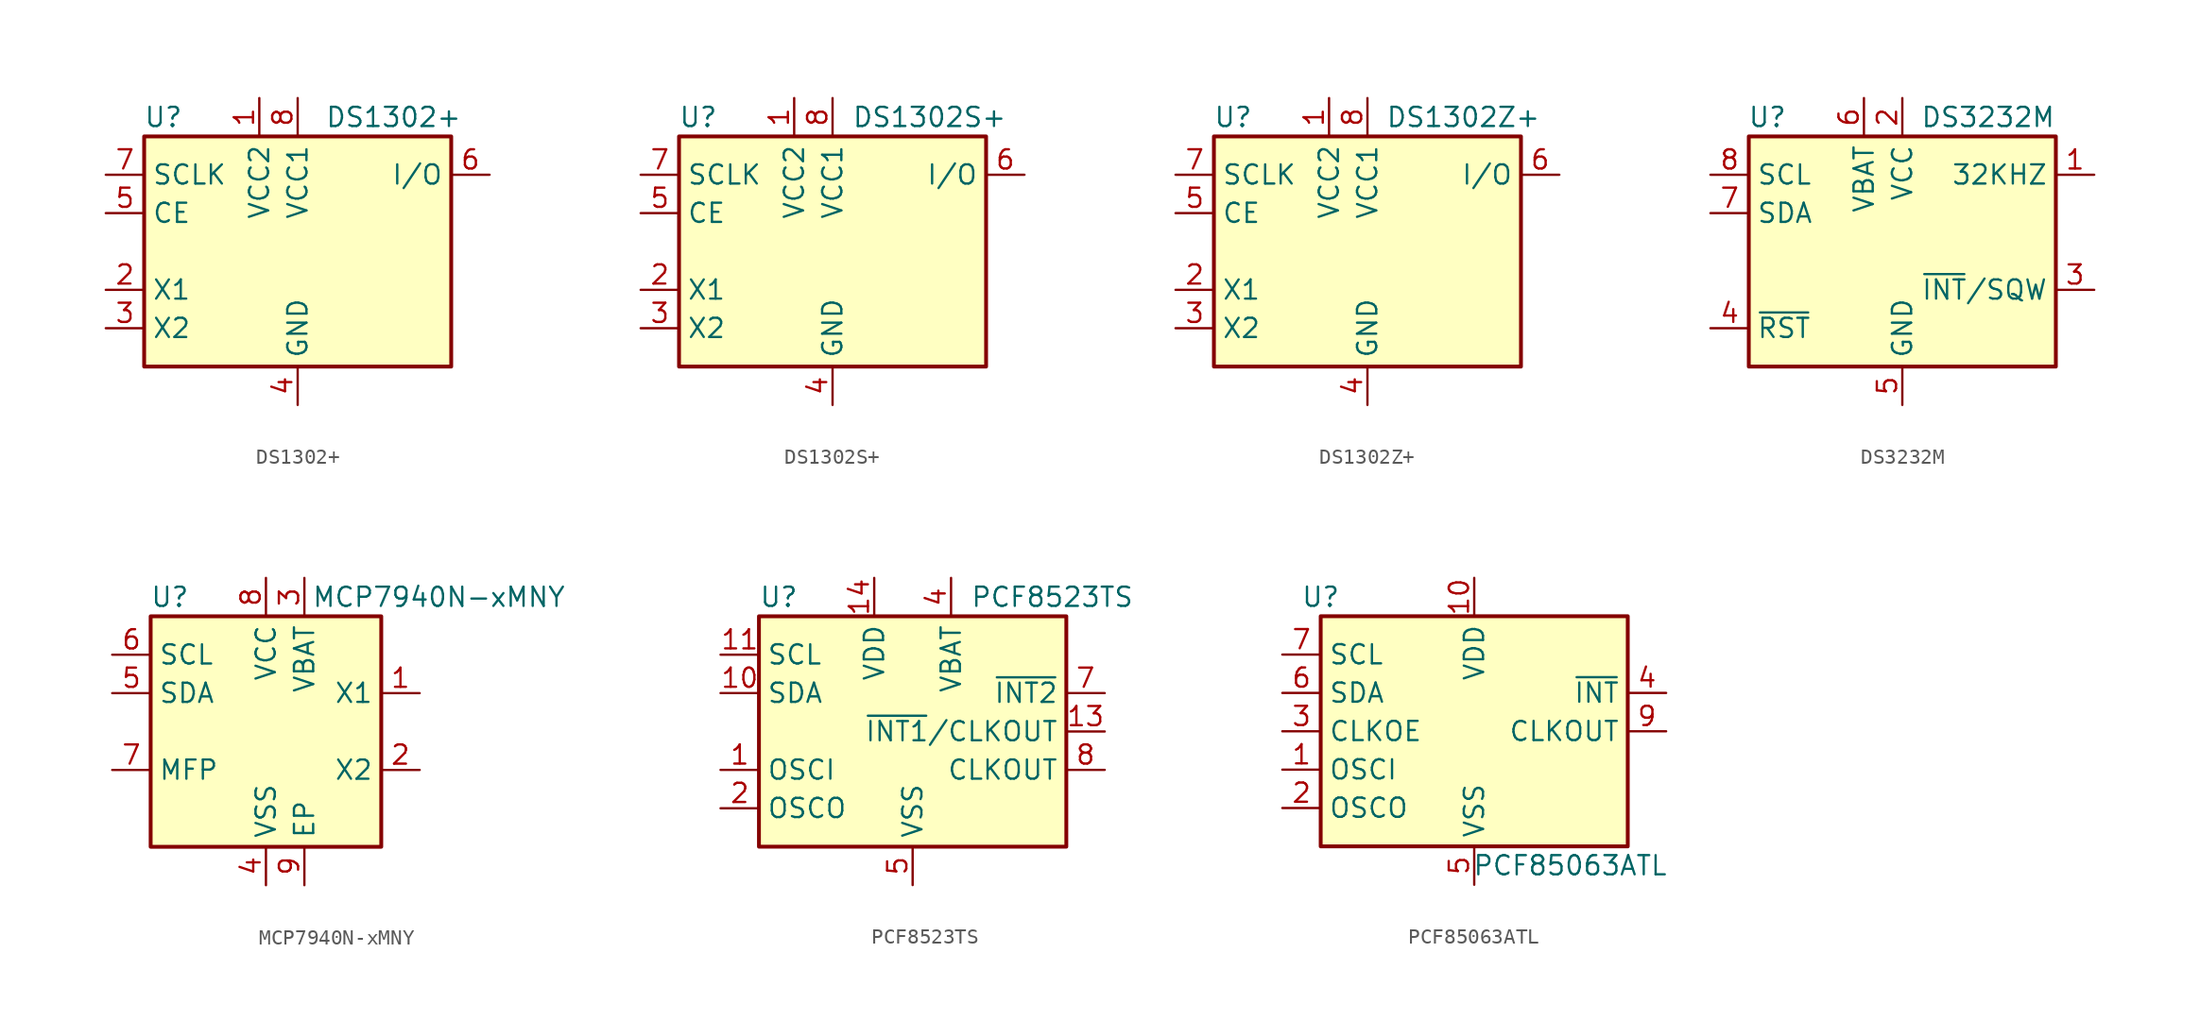
<source format=kicad_sym>
(kicad_symbol_lib
  (version 20220914)
  (generator kicad_symbol_editor)
  (symbol "DS1302+"
    (property "Reference" "U"
      (at -8.89 8.89 0)
      (effects (font (size 1.27 1.27))))
    (property "Value" "DS1302+"
      (at 6.35 8.89 0)
      (effects (font (size 1.27 1.27))))
    (symbol "DS1302+_1_1"
      (rectangle (start -10.16 7.62) (end 10.16 -7.62) (stroke (width 0.254) (type default)) (fill (type background)))
      (pin power_in line (at -2.54 10.16 270) (length 2.54) (name "VCC2" (effects (font (size 1.27 1.27)))) (number "1" (effects (font (size 1.27 1.27)))))
      (pin input line (at -12.7 -2.54 0) (length 2.54) (name "X1" (effects (font (size 1.27 1.27)))) (number "2" (effects (font (size 1.27 1.27)))))
      (pin input line (at -12.7 -5.08 0) (length 2.54) (name "X2" (effects (font (size 1.27 1.27)))) (number "3" (effects (font (size 1.27 1.27)))))
      (pin power_in line (at 0 -10.16 90) (length 2.54) (name "GND" (effects (font (size 1.27 1.27)))) (number "4" (effects (font (size 1.27 1.27)))))
      (pin input line (at -12.7 2.54 0) (length 2.54) (name "CE" (effects (font (size 1.27 1.27)))) (number "5" (effects (font (size 1.27 1.27)))))
      (pin bidirectional line (at 12.7 5.08 180) (length 2.54) (name "I/O" (effects (font (size 1.27 1.27)))) (number "6" (effects (font (size 1.27 1.27)))))
      (pin input line (at -12.7 5.08 0) (length 2.54) (name "SCLK" (effects (font (size 1.27 1.27)))) (number "7" (effects (font (size 1.27 1.27)))))
      (pin power_in line (at 0 10.16 270) (length 2.54) (name "VCC1" (effects (font (size 1.27 1.27)))) (number "8" (effects (font (size 1.27 1.27)))))))
  (symbol "DS1302S+"
    (property "Reference" "U"
      (at -8.89 8.89 0)
      (effects (font (size 1.27 1.27))))
    (property "Value" "DS1302S+"
      (at 1.27 8.89 0)
      (effects (font (size 1.27 1.27)) (justify left)))
    (symbol "DS1302S+_1_1"
      (rectangle (start -10.16 7.62) (end 10.16 -7.62) (stroke (width 0.254) (type default)) (fill (type background)))
      (pin power_in line (at -2.54 10.16 270) (length 2.54) (name "VCC2" (effects (font (size 1.27 1.27)))) (number "1" (effects (font (size 1.27 1.27)))))
      (pin input line (at -12.7 -2.54 0) (length 2.54) (name "X1" (effects (font (size 1.27 1.27)))) (number "2" (effects (font (size 1.27 1.27)))))
      (pin input line (at -12.7 -5.08 0) (length 2.54) (name "X2" (effects (font (size 1.27 1.27)))) (number "3" (effects (font (size 1.27 1.27)))))
      (pin power_in line (at 0 -10.16 90) (length 2.54) (name "GND" (effects (font (size 1.27 1.27)))) (number "4" (effects (font (size 1.27 1.27)))))
      (pin input line (at -12.7 2.54 0) (length 2.54) (name "CE" (effects (font (size 1.27 1.27)))) (number "5" (effects (font (size 1.27 1.27)))))
      (pin bidirectional line (at 12.7 5.08 180) (length 2.54) (name "I/O" (effects (font (size 1.27 1.27)))) (number "6" (effects (font (size 1.27 1.27)))))
      (pin input line (at -12.7 5.08 0) (length 2.54) (name "SCLK" (effects (font (size 1.27 1.27)))) (number "7" (effects (font (size 1.27 1.27)))))
      (pin power_in line (at 0 10.16 270) (length 2.54) (name "VCC1" (effects (font (size 1.27 1.27)))) (number "8" (effects (font (size 1.27 1.27)))))))
  (symbol "DS1302Z+"
    (property "Reference" "U"
      (at -8.89 8.89 0)
      (effects (font (size 1.27 1.27))))
    (property "Value" "DS1302Z+"
      (at 6.35 8.89 0)
      (effects (font (size 1.27 1.27))))
    (symbol "DS1302Z+_1_1"
      (rectangle (start -10.16 7.62) (end 10.16 -7.62) (stroke (width 0.254) (type default)) (fill (type background)))
      (pin power_in line (at -2.54 10.16 270) (length 2.54) (name "VCC2" (effects (font (size 1.27 1.27)))) (number "1" (effects (font (size 1.27 1.27)))))
      (pin input line (at -12.7 -2.54 0) (length 2.54) (name "X1" (effects (font (size 1.27 1.27)))) (number "2" (effects (font (size 1.27 1.27)))))
      (pin input line (at -12.7 -5.08 0) (length 2.54) (name "X2" (effects (font (size 1.27 1.27)))) (number "3" (effects (font (size 1.27 1.27)))))
      (pin power_in line (at 0 -10.16 90) (length 2.54) (name "GND" (effects (font (size 1.27 1.27)))) (number "4" (effects (font (size 1.27 1.27)))))
      (pin input line (at -12.7 2.54 0) (length 2.54) (name "CE" (effects (font (size 1.27 1.27)))) (number "5" (effects (font (size 1.27 1.27)))))
      (pin bidirectional line (at 12.7 5.08 180) (length 2.54) (name "I/O" (effects (font (size 1.27 1.27)))) (number "6" (effects (font (size 1.27 1.27)))))
      (pin input line (at -12.7 5.08 0) (length 2.54) (name "SCLK" (effects (font (size 1.27 1.27)))) (number "7" (effects (font (size 1.27 1.27)))))
      (pin power_in line (at 0 10.16 270) (length 2.54) (name "VCC1" (effects (font (size 1.27 1.27)))) (number "8" (effects (font (size 1.27 1.27)))))))
  (symbol "DS3232M"
    (property "Reference" "U"
      (at -7.62 8.89 0)
      (effects (font (size 1.27 1.27)) (justify right)))
    (property "Value" "DS3232M"
      (at 10.16 8.89 0)
      (effects (font (size 1.27 1.27)) (justify right)))
    (symbol "DS3232M_0_1"
      (rectangle (start -10.16 7.62) (end 10.16 -7.62) (stroke (width 0.254) (type default)) (fill (type background))))
    (symbol "DS3232M_1_1"
      (pin output line (at 12.7 5.08 180) (length 2.54) (name "32KHZ" (effects (font (size 1.27 1.27)))) (number "1" (effects (font (size 1.27 1.27)))))
      (pin power_in line (at 0 10.16 270) (length 2.54) (name "VCC" (effects (font (size 1.27 1.27)))) (number "2" (effects (font (size 1.27 1.27)))))
      (pin open_collector line (at 12.7 -2.54 180) (length 2.54) (name "~{INT}/SQW" (effects (font (size 1.27 1.27)))) (number "3" (effects (font (size 1.27 1.27)))))
      (pin bidirectional line (at -12.7 -5.08 0) (length 2.54) (name "~{RST}" (effects (font (size 1.27 1.27)))) (number "4" (effects (font (size 1.27 1.27)))))
      (pin power_in line (at 0 -10.16 90) (length 2.54) (name "GND" (effects (font (size 1.27 1.27)))) (number "5" (effects (font (size 1.27 1.27)))))
      (pin power_in line (at -2.54 10.16 270) (length 2.54) (name "VBAT" (effects (font (size 1.27 1.27)))) (number "6" (effects (font (size 1.27 1.27)))))
      (pin bidirectional line (at -12.7 2.54 0) (length 2.54) (name "SDA" (effects (font (size 1.27 1.27)))) (number "7" (effects (font (size 1.27 1.27)))))
      (pin input line (at -12.7 5.08 0) (length 2.54) (name "SCL" (effects (font (size 1.27 1.27)))) (number "8" (effects (font (size 1.27 1.27)))))))
  (symbol "MCP7940N-xMNY"
    (property "Reference" "U"
      (at -6.35 8.89 0)
      (effects (font (size 1.27 1.27))))
    (property "Value" "MCP7940N-xMNY"
      (at 11.43 8.89 0)
      (effects (font (size 1.27 1.27))))
    (symbol "MCP7940N-xMNY_0_1"
      (rectangle (start -7.62 7.62) (end 7.62 -7.62) (stroke (width 0.254) (type default)) (fill (type background))))
    (symbol "MCP7940N-xMNY_1_1"
      (pin input line (at 10.16 2.54 180) (length 2.54) (name "X1" (effects (font (size 1.27 1.27)))) (number "1" (effects (font (size 1.27 1.27)))))
      (pin output line (at 10.16 -2.54 180) (length 2.54) (name "X2" (effects (font (size 1.27 1.27)))) (number "2" (effects (font (size 1.27 1.27)))))
      (pin power_in line (at 2.54 10.16 270) (length 2.54) (name "VBAT" (effects (font (size 1.27 1.27)))) (number "3" (effects (font (size 1.27 1.27)))))
      (pin power_in line (at 0 -10.16 90) (length 2.54) (name "VSS" (effects (font (size 1.27 1.27)))) (number "4" (effects (font (size 1.27 1.27)))))
      (pin bidirectional line (at -10.16 2.54 0) (length 2.54) (name "SDA" (effects (font (size 1.27 1.27)))) (number "5" (effects (font (size 1.27 1.27)))))
      (pin input line (at -10.16 5.08 0) (length 2.54) (name "SCL" (effects (font (size 1.27 1.27)))) (number "6" (effects (font (size 1.27 1.27)))))
      (pin open_collector line (at -10.16 -2.54 0) (length 2.54) (name "MFP" (effects (font (size 1.27 1.27)))) (number "7" (effects (font (size 1.27 1.27)))))
      (pin power_in line (at 0 10.16 270) (length 2.54) (name "VCC" (effects (font (size 1.27 1.27)))) (number "8" (effects (font (size 1.27 1.27)))))
      (pin power_in line (at 2.54 -10.16 90) (length 2.54) (name "EP" (effects (font (size 1.27 1.27)))) (number "9" (effects (font (size 1.27 1.27)))))))
  (symbol "PCF8523TS"
    (property "Reference" "U"
      (at -10.16 8.89 0)
      (effects (font (size 1.27 1.27)) (justify left)))
    (property "Value" "PCF8523TS"
      (at 3.81 8.89 0)
      (effects (font (size 1.27 1.27)) (justify left)))
    (symbol "PCF8523TS_0_1"
      (rectangle (start -10.16 7.62) (end 10.16 -7.62) (stroke (width 0.254) (type default)) (fill (type background))))
    (symbol "PCF8523TS_1_1"
      (pin input line (at -12.7 -2.54 0) (length 2.54) (name "OSCI" (effects (font (size 1.27 1.27)))) (number "1" (effects (font (size 1.27 1.27)))))
      (pin bidirectional line (at -12.7 2.54 0) (length 2.54) (name "SDA" (effects (font (size 1.27 1.27)))) (number "10" (effects (font (size 1.27 1.27)))))
      (pin input line (at -12.7 5.08 0) (length 2.54) (name "SCL" (effects (font (size 1.27 1.27)))) (number "11" (effects (font (size 1.27 1.27)))))
      (pin no_connect line (at 5.08 -7.62 90) (length 2.54) hide (name "NC" (effects (font (size 1.27 1.27)))) (number "12" (effects (font (size 1.27 1.27)))))
      (pin output line (at 12.7 0 180) (length 2.54) (name "~{INT1}/CLKOUT" (effects (font (size 1.27 1.27)))) (number "13" (effects (font (size 1.27 1.27)))))
      (pin power_in line (at -2.54 10.16 270) (length 2.54) (name "VDD" (effects (font (size 1.27 1.27)))) (number "14" (effects (font (size 1.27 1.27)))))
      (pin output line (at -12.7 -5.08 0) (length 2.54) (name "OSCO" (effects (font (size 1.27 1.27)))) (number "2" (effects (font (size 1.27 1.27)))))
      (pin no_connect line (at -5.08 -7.62 90) (length 2.54) hide (name "NC" (effects (font (size 1.27 1.27)))) (number "3" (effects (font (size 1.27 1.27)))))
      (pin power_in line (at 2.54 10.16 270) (length 2.54) (name "VBAT" (effects (font (size 1.27 1.27)))) (number "4" (effects (font (size 1.27 1.27)))))
      (pin power_in line (at 0 -10.16 90) (length 2.54) (name "VSS" (effects (font (size 1.27 1.27)))) (number "5" (effects (font (size 1.27 1.27)))))
      (pin no_connect line (at -2.54 -7.62 90) (length 2.54) hide (name "NC" (effects (font (size 1.27 1.27)))) (number "6" (effects (font (size 1.27 1.27)))))
      (pin open_collector line (at 12.7 2.54 180) (length 2.54) (name "~{INT2}" (effects (font (size 1.27 1.27)))) (number "7" (effects (font (size 1.27 1.27)))))
      (pin open_collector line (at 12.7 -2.54 180) (length 2.54) (name "CLKOUT" (effects (font (size 1.27 1.27)))) (number "8" (effects (font (size 1.27 1.27)))))
      (pin no_connect line (at 2.54 -7.62 90) (length 2.54) hide (name "NC" (effects (font (size 1.27 1.27)))) (number "9" (effects (font (size 1.27 1.27)))))))
  (symbol "PCF85063ATL"
    (property "Reference" "U"
      (at -10.16 8.89 0)
      (effects (font (size 1.27 1.27))))
    (property "Value" "PCF85063ATL"
      (at 6.35 -8.89 0)
      (effects (font (size 1.27 1.27))))
    (symbol "PCF85063ATL_0_1"
      (rectangle (start -10.16 7.62) (end 10.16 -7.62) (stroke (width 0.254) (type default)) (fill (type background))))
    (symbol "PCF85063ATL_1_1"
      (pin input line (at -12.7 -2.54 0) (length 2.54) (name "OSCI" (effects (font (size 1.27 1.27)))) (number "1" (effects (font (size 1.27 1.27)))))
      (pin power_in line (at 0 10.16 270) (length 2.54) (name "VDD" (effects (font (size 1.27 1.27)))) (number "10" (effects (font (size 1.27 1.27)))))
      (pin output line (at -12.7 -5.08 0) (length 2.54) (name "OSCO" (effects (font (size 1.27 1.27)))) (number "2" (effects (font (size 1.27 1.27)))))
      (pin input line (at -12.7 0 0) (length 2.54) (name "CLKOE" (effects (font (size 1.27 1.27)))) (number "3" (effects (font (size 1.27 1.27)))))
      (pin output line (at 12.7 2.54 180) (length 2.54) (name "~{INT}" (effects (font (size 1.27 1.27)))) (number "4" (effects (font (size 1.27 1.27)))))
      (pin power_in line (at 0 -10.16 90) (length 2.54) (name "VSS" (effects (font (size 1.27 1.27)))) (number "5" (effects (font (size 1.27 1.27)))))
      (pin bidirectional line (at -12.7 2.54 0) (length 2.54) (name "SDA" (effects (font (size 1.27 1.27)))) (number "6" (effects (font (size 1.27 1.27)))))
      (pin input line (at -12.7 5.08 0) (length 2.54) (name "SCL" (effects (font (size 1.27 1.27)))) (number "7" (effects (font (size 1.27 1.27)))))
      (pin no_connect line (at 10.16 5.08 180) (length 2.54) hide (name "NC" (effects (font (size 1.27 1.27)))) (number "8" (effects (font (size 1.27 1.27)))))
      (pin output line (at 12.7 0 180) (length 2.54) (name "CLKOUT" (effects (font (size 1.27 1.27)))) (number "9" (effects (font (size 1.27 1.27))))))))
</source>
